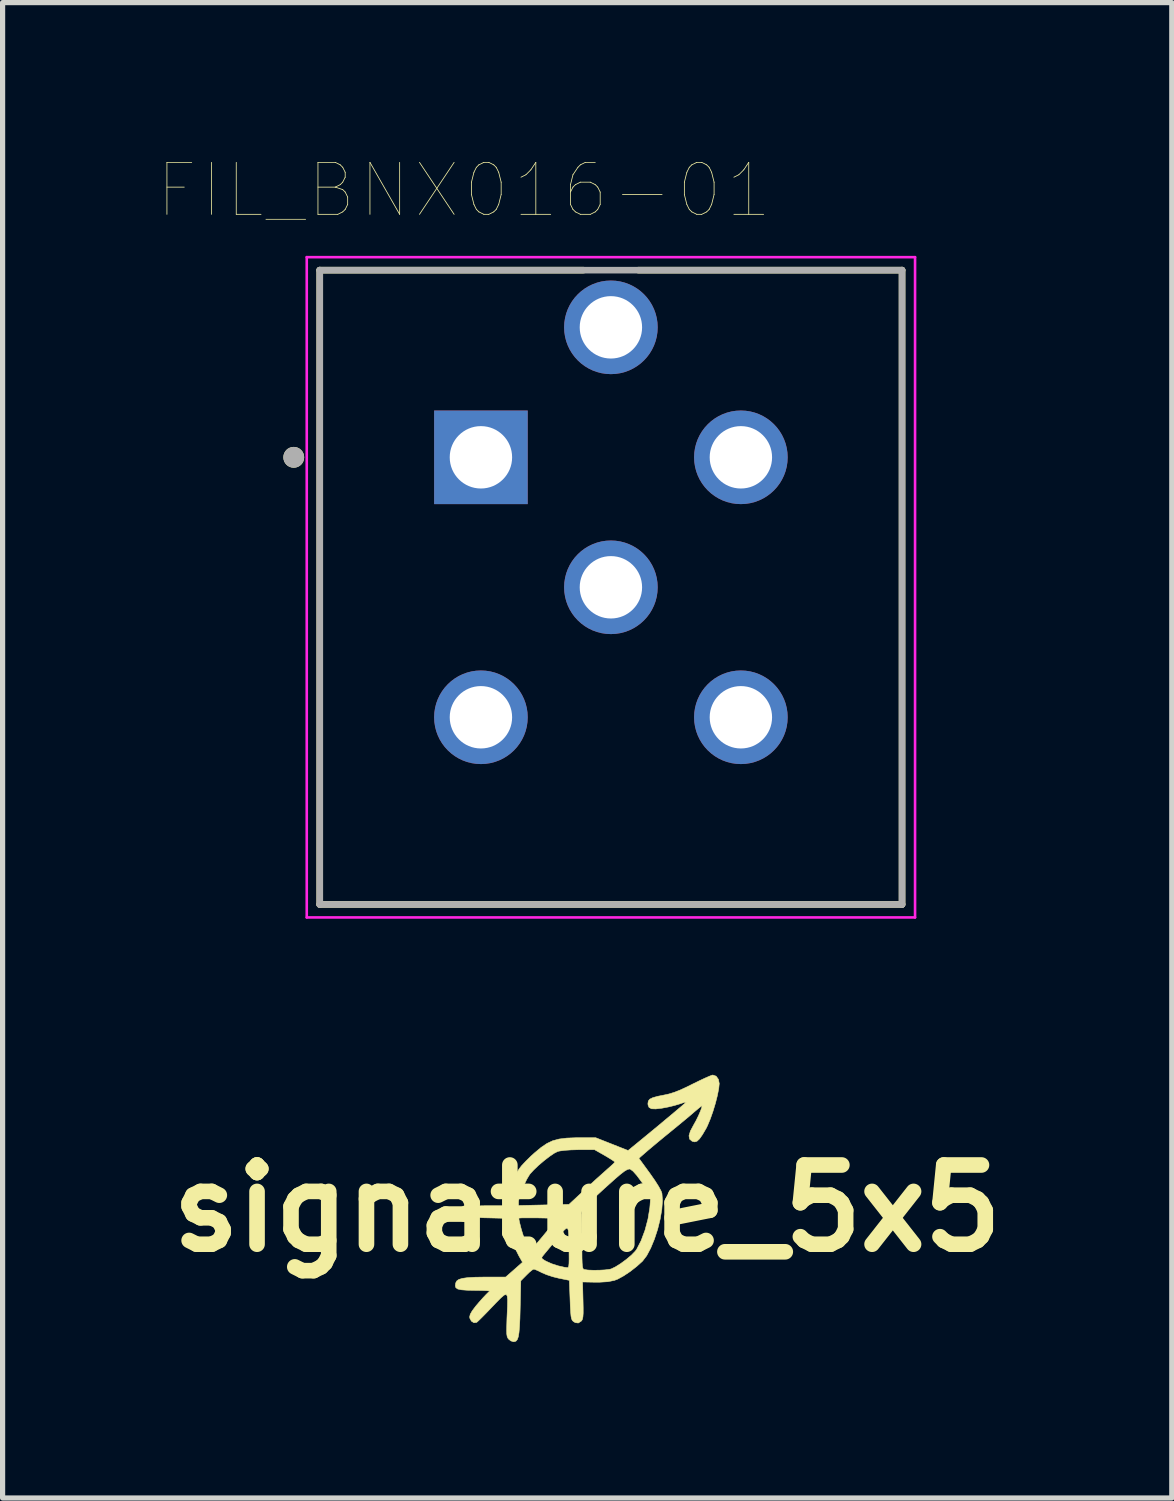
<source format=kicad_pcb>
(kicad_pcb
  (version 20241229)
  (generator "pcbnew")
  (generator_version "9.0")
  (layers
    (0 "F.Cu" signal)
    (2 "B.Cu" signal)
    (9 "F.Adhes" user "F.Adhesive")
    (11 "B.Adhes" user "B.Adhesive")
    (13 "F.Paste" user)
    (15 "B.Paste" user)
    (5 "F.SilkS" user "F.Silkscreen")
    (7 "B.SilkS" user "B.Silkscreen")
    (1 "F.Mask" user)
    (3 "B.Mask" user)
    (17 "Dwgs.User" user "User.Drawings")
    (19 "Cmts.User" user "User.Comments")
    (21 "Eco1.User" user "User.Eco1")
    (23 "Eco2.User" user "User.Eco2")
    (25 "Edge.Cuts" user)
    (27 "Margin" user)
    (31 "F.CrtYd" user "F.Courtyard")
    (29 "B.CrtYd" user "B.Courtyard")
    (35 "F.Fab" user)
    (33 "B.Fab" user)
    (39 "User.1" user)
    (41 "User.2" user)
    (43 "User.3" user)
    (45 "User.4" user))
  (footprint "FIL_BNX016-01"
    (layer "F.Cu")
    (at 8.7 8.246)
    (property "Reference" "FIL_BNX016-01" (at -2.825 -7.635 0) (layer "F.SilkS") (effects (font (size 1 1) (thickness 0.015))))
    (attr through_hole)
    (fp_line (start -5.6 -6.1) (end -0.53 -6.1) (stroke (width 0.127) (type solid)) (layer "F.SilkS"))
    (fp_line (start -5.6 6.1) (end -5.6 -6.1) (stroke (width 0.127) (type solid)) (layer "F.SilkS"))
    (fp_line (start 0.53 -6.1) (end 5.6 -6.1) (stroke (width 0.127) (type solid)) (layer "F.SilkS"))
    (fp_line (start 5.6 -6.1) (end 5.6 6.1) (stroke (width 0.127) (type solid)) (layer "F.SilkS"))
    (fp_line (start 5.6 6.1) (end -5.6 6.1) (stroke (width 0.127) (type solid)) (layer "F.SilkS"))
    (fp_circle (center -6.1 -2.5) (end -6 -2.5) (stroke (width 0.2) (type solid)) (fill no) (layer "F.SilkS"))
    (fp_line (start -5.85 -6.35) (end 5.85 -6.35) (stroke (width 0.05) (type solid)) (layer "F.CrtYd"))
    (fp_line (start -5.85 6.35) (end -5.85 -6.35) (stroke (width 0.05) (type solid)) (layer "F.CrtYd"))
    (fp_line (start 5.85 -6.35) (end 5.85 6.35) (stroke (width 0.05) (type solid)) (layer "F.CrtYd"))
    (fp_line (start 5.85 6.35) (end -5.85 6.35) (stroke (width 0.05) (type solid)) (layer "F.CrtYd"))
    (fp_line (start -5.6 -6.1) (end 5.6 -6.1) (stroke (width 0.127) (type solid)) (layer "F.Fab"))
    (fp_line (start -5.6 6.1) (end -5.6 -6.1) (stroke (width 0.127) (type solid)) (layer "F.Fab"))
    (fp_line (start 5.6 -6.1) (end 5.6 6.1) (stroke (width 0.127) (type solid)) (layer "F.Fab"))
    (fp_line (start 5.6 6.1) (end -5.6 6.1) (stroke (width 0.127) (type solid)) (layer "F.Fab"))
    (fp_circle (center -6.1 -2.5) (end -6 -2.5) (stroke (width 0.2) (type solid)) (fill no) (layer "F.Fab"))
    (pad "1" thru_hole rect (at -2.5 -2.5) (size 1.8 1.8) (drill 1.2) (layers "*.Cu" "*.Mask"))
    (pad "2" thru_hole circle (at 2.5 -2.5) (size 1.8 1.8) (drill 1.2) (layers "*.Cu" "*.Mask"))
    (pad "3" thru_hole circle (at -2.5 2.5) (size 1.8 1.8) (drill 1.2) (layers "*.Cu" "*.Mask"))
    (pad "4" thru_hole circle (at 2.5 2.5) (size 1.8 1.8) (drill 1.2) (layers "*.Cu" "*.Mask"))
    (pad "5" thru_hole circle (at 0 0) (size 1.8 1.8) (drill 1.2) (layers "*.Cu" "*.Mask"))
    (pad "6" thru_hole circle (at 0 -5) (size 1.8 1.8) (drill 1.2) (layers "*.Cu" "*.Mask")))
  (footprint "signature_5x5"
    (layer "F.Cu")
    (at 8.244 20.192)
    (property "Reference" "signature_5x5" (at 0 0 0) (layer "F.SilkS") (effects (font (size 1.524 1.524) (thickness 0.3))))
    (attr through_hole)
    (fp_poly (pts (xy 2.48 -2.543) (xy 2.524 -2.482) (xy 2.54 -2.401) (xy 2.53 -2.303) (xy 2.504 -2.171) (xy 2.466 -2.021) (xy 2.419 -1.866) (xy 2.367 -1.719) (xy 2.315 -1.594) (xy 2.289 -1.541) (xy 2.217 -1.418) (xy 2.16 -1.337) (xy 2.112 -1.292) (xy 2.066 -1.279) (xy 2.019 -1.291) (xy 1.97 -1.332) (xy 1.958 -1.397) (xy 1.985 -1.488) (xy 2.045 -1.6) (xy 2.094 -1.688) (xy 2.141 -1.784) (xy 2.18 -1.875) (xy 2.205 -1.945) (xy 2.21 -1.974) (xy 2.192 -1.964) (xy 2.145 -1.927) (xy 2.078 -1.871) (xy 2.051 -1.848) (xy 1.971 -1.779) (xy 1.864 -1.69) (xy 1.743 -1.59) (xy 1.622 -1.491) (xy 1.6 -1.473) (xy 1.48 -1.375) (xy 1.359 -1.275) (xy 1.249 -1.183) (xy 1.163 -1.111) (xy 1.151 -1.1) (xy 0.994 -0.964) (xy 1.207 -0.672) (xy 1.302 -0.536) (xy 1.375 -0.421) (xy 1.422 -0.333) (xy 1.438 -0.288) (xy 1.448 -0.148) (xy 1.435 0.021) (xy 1.403 0.208) (xy 1.355 0.402) (xy 1.293 0.591) (xy 1.222 0.763) (xy 1.145 0.909) (xy 1.064 1.015) (xy 1.062 1.017) (xy 0.951 1.117) (xy 0.827 1.214) (xy 0.701 1.298) (xy 0.588 1.36) (xy 0.523 1.385) (xy 0.398 1.41) (xy 0.234 1.42) (xy 0.152 1.42) (xy -0.089 1.415) (xy -0.08 1.77) (xy -0.077 1.914) (xy -0.077 2.017) (xy -0.082 2.086) (xy -0.091 2.13) (xy -0.105 2.158) (xy -0.113 2.167) (xy -0.171 2.205) (xy -0.23 2.197) (xy -0.267 2.174) (xy -0.286 2.155) (xy -0.3 2.125) (xy -0.311 2.074) (xy -0.318 1.996) (xy -0.325 1.882) (xy -0.329 1.762) (xy -0.343 1.384) (xy -0.546 1.343) (xy -0.663 1.314) (xy -0.778 1.276) (xy -0.869 1.238) (xy -0.874 1.235) (xy -0.948 1.198) (xy -1.006 1.174) (xy -1.027 1.168) (xy -1.059 1.185) (xy -1.113 1.229) (xy -1.166 1.281) (xy -1.277 1.393) (xy -1.289 1.922) (xy -1.294 2.122) (xy -1.302 2.276) (xy -1.312 2.391) (xy -1.326 2.472) (xy -1.345 2.524) (xy -1.37 2.553) (xy -1.403 2.564) (xy -1.419 2.565) (xy -1.47 2.548) (xy -1.511 2.515) (xy -1.528 2.492) (xy -1.54 2.462) (xy -1.547 2.417) (xy -1.549 2.348) (xy -1.547 2.248) (xy -1.543 2.108) (xy -1.54 2.043) (xy -1.533 1.877) (xy -1.531 1.758) (xy -1.538 1.685) (xy -1.559 1.655) (xy -1.598 1.668) (xy -1.66 1.721) (xy -1.751 1.813) (xy -1.857 1.924) (xy -1.947 2.018) (xy -2.026 2.098) (xy -2.087 2.158) (xy -2.123 2.191) (xy -2.127 2.193) (xy -2.178 2.2) (xy -2.227 2.169) (xy -2.257 2.114) (xy -2.261 2.086) (xy -2.249 2.036) (xy -2.21 1.968) (xy -2.141 1.877) (xy -2.084 1.81) (xy -2.008 1.724) (xy -1.941 1.653) (xy -1.893 1.606) (xy -1.874 1.592) (xy -1.885 1.587) (xy -1.939 1.582) (xy -2.027 1.579) (xy -2.14 1.577) (xy -2.162 1.577) (xy -2.314 1.574) (xy -2.42 1.566) (xy -2.489 1.551) (xy -2.526 1.525) (xy -2.537 1.488) (xy -2.53 1.437) (xy -2.51 1.397) (xy -2.469 1.367) (xy -2.4 1.346) (xy -2.299 1.332) (xy -2.159 1.324) (xy -1.976 1.321) (xy -1.946 1.321) (xy -1.568 1.321) (xy -1.406 1.179) (xy -1.244 1.036) (xy -1.295 0.947) (xy -0.875 0.947) (xy -0.863 0.971) (xy -0.817 1.002) (xy -0.783 1.02) (xy -0.682 1.065) (xy -0.558 1.105) (xy -0.439 1.132) (xy -0.381 1.14) (xy -0.365 1.135) (xy -0.355 1.111) (xy -0.35 1.06) (xy -0.348 0.976) (xy -0.349 0.851) (xy -0.35 0.806) (xy -0.353 0.632) (xy -0.356 0.506) (xy -0.363 0.424) (xy -0.378 0.384) (xy -0.403 0.383) (xy -0.442 0.418) (xy -0.5 0.485) (xy -0.579 0.582) (xy -0.595 0.602) (xy -0.681 0.705) (xy -0.757 0.797) (xy -0.817 0.869) (xy -0.853 0.913) (xy -0.858 0.919) (xy -0.875 0.947) (xy -1.295 0.947) (xy -1.318 0.906) (xy -1.357 0.827) (xy -1.402 0.716) (xy -1.448 0.587) (xy -1.482 0.483) (xy -1.57 0.191) (xy -1.678 0.188) (xy -1.314 0.188) (xy -1.312 0.216) (xy -1.298 0.281) (xy -1.275 0.373) (xy -1.257 0.436) (xy -1.211 0.582) (xy -1.168 0.696) (xy -1.13 0.772) (xy -1.099 0.806) (xy -1.09 0.807) (xy -1.069 0.786) (xy -1.021 0.733) (xy -0.953 0.654) (xy -0.871 0.557) (xy -0.82 0.495) (xy -0.566 0.191) (xy -0.934 0.183) (xy -1.066 0.182) (xy -1.178 0.182) (xy -1.262 0.183) (xy -1.308 0.186) (xy -1.314 0.188) (xy -1.678 0.188) (xy -1.877 0.183) (xy -2.007 0.18) (xy -2.096 0.174) (xy -2.153 0.166) (xy -2.186 0.154) (xy -2.205 0.135) (xy -2.211 0.125) (xy -2.222 0.082) (xy -0.117 0.082) (xy -0.117 0.091) (xy -0.112 0.128) (xy -0.108 0.207) (xy -0.105 0.32) (xy -0.103 0.459) (xy -0.102 0.616) (xy -0.102 0.648) (xy -0.101 0.823) (xy -0.1 0.954) (xy -0.097 1.048) (xy -0.092 1.11) (xy -0.084 1.148) (xy -0.073 1.168) (xy -0.058 1.176) (xy -0.057 1.176) (xy 0.014 1.186) (xy 0.116 1.19) (xy 0.231 1.189) (xy 0.342 1.183) (xy 0.429 1.172) (xy 0.46 1.165) (xy 0.543 1.125) (xy 0.645 1.061) (xy 0.751 0.983) (xy 0.849 0.901) (xy 0.923 0.825) (xy 0.95 0.79) (xy 1.037 0.621) (xy 1.112 0.42) (xy 1.169 0.205) (xy 1.204 -0.006) (xy 1.209 -0.064) (xy 1.222 -0.267) (xy 1.048 -0.508) (xy 0.955 -0.633) (xy 0.883 -0.714) (xy 0.831 -0.753) (xy 0.817 -0.758) (xy 0.777 -0.75) (xy 0.719 -0.717) (xy 0.636 -0.653) (xy 0.539 -0.57) (xy 0.337 -0.389) (xy 0.174 -0.239) (xy 0.049 -0.118) (xy -0.041 -0.025) (xy -0.096 0.041) (xy -0.117 0.082) (xy -2.222 0.082) (xy -2.225 0.072) (xy -2.201 0.015) (xy -2.198 0.011) (xy -2.179 -0.015) (xy -2.155 -0.033) (xy -2.116 -0.043) (xy -2.054 -0.049) (xy -1.958 -0.051) (xy -1.854 -0.051) (xy -1.549 -0.051) (xy -1.549 -0.126) (xy -1.321 -0.126) (xy -1.321 -0.055) (xy -0.836 -0.066) (xy -0.35 -0.077) (xy -0.054 -0.352) (xy 0.06 -0.459) (xy 0.175 -0.564) (xy 0.28 -0.658) (xy 0.362 -0.731) (xy 0.385 -0.752) (xy 0.455 -0.814) (xy 0.507 -0.862) (xy 0.531 -0.889) (xy 0.531 -0.891) (xy 0.512 -0.909) (xy 0.458 -0.945) (xy 0.379 -0.993) (xy 0.337 -1.018) (xy 0.14 -1.13) (xy -0.165 -1.129) (xy -0.307 -1.125) (xy -0.431 -1.117) (xy -0.527 -1.104) (xy -0.567 -1.095) (xy -0.636 -1.06) (xy -0.728 -0.997) (xy -0.831 -0.917) (xy -0.935 -0.829) (xy -1.027 -0.741) (xy -1.097 -0.665) (xy -1.113 -0.642) (xy -1.162 -0.56) (xy -1.212 -0.455) (xy -1.259 -0.343) (xy -1.296 -0.238) (xy -1.318 -0.155) (xy -1.321 -0.126) (xy -1.549 -0.126) (xy -1.549 -0.144) (xy -1.538 -0.224) (xy -1.506 -0.334) (xy -1.459 -0.46) (xy -1.404 -0.587) (xy -1.345 -0.701) (xy -1.309 -0.76) (xy -1.258 -0.825) (xy -1.179 -0.909) (xy -1.085 -1.002) (xy -1.013 -1.067) (xy -0.888 -1.171) (xy -0.775 -1.248) (xy -0.663 -1.301) (xy -0.54 -1.334) (xy -0.394 -1.352) (xy -0.212 -1.359) (xy -0.152 -1.359) (xy 0.165 -1.359) (xy 0.476 -1.236) (xy 0.787 -1.113) (xy 0.86 -1.173) (xy 0.969 -1.262) (xy 1.092 -1.363) (xy 1.224 -1.472) (xy 1.359 -1.583) (xy 1.49 -1.693) (xy 1.613 -1.795) (xy 1.721 -1.886) (xy 1.809 -1.96) (xy 1.872 -2.014) (xy 1.903 -2.041) (xy 1.905 -2.044) (xy 1.883 -2.042) (xy 1.828 -2.026) (xy 1.772 -2.007) (xy 1.677 -1.979) (xy 1.558 -1.95) (xy 1.443 -1.928) (xy 1.32 -1.913) (xy 1.238 -1.916) (xy 1.19 -1.941) (xy 1.17 -1.989) (xy 1.168 -2.019) (xy 1.176 -2.066) (xy 1.205 -2.102) (xy 1.263 -2.13) (xy 1.357 -2.156) (xy 1.463 -2.177) (xy 1.57 -2.2) (xy 1.674 -2.232) (xy 1.787 -2.276) (xy 1.921 -2.338) (xy 2.029 -2.392) (xy 2.152 -2.452) (xy 2.262 -2.504) (xy 2.349 -2.542) (xy 2.404 -2.563) (xy 2.417 -2.565) (xy 2.48 -2.543)) (stroke (width 0.01) (type solid)) (fill yes) (layer "F.SilkS")))
  (gr_rect
    (start -3 -3)
    (end 19.488 25.762)
    (stroke (width 0.1) (type default))
    (fill no)
    (layer "Edge.Cuts")))
</source>
